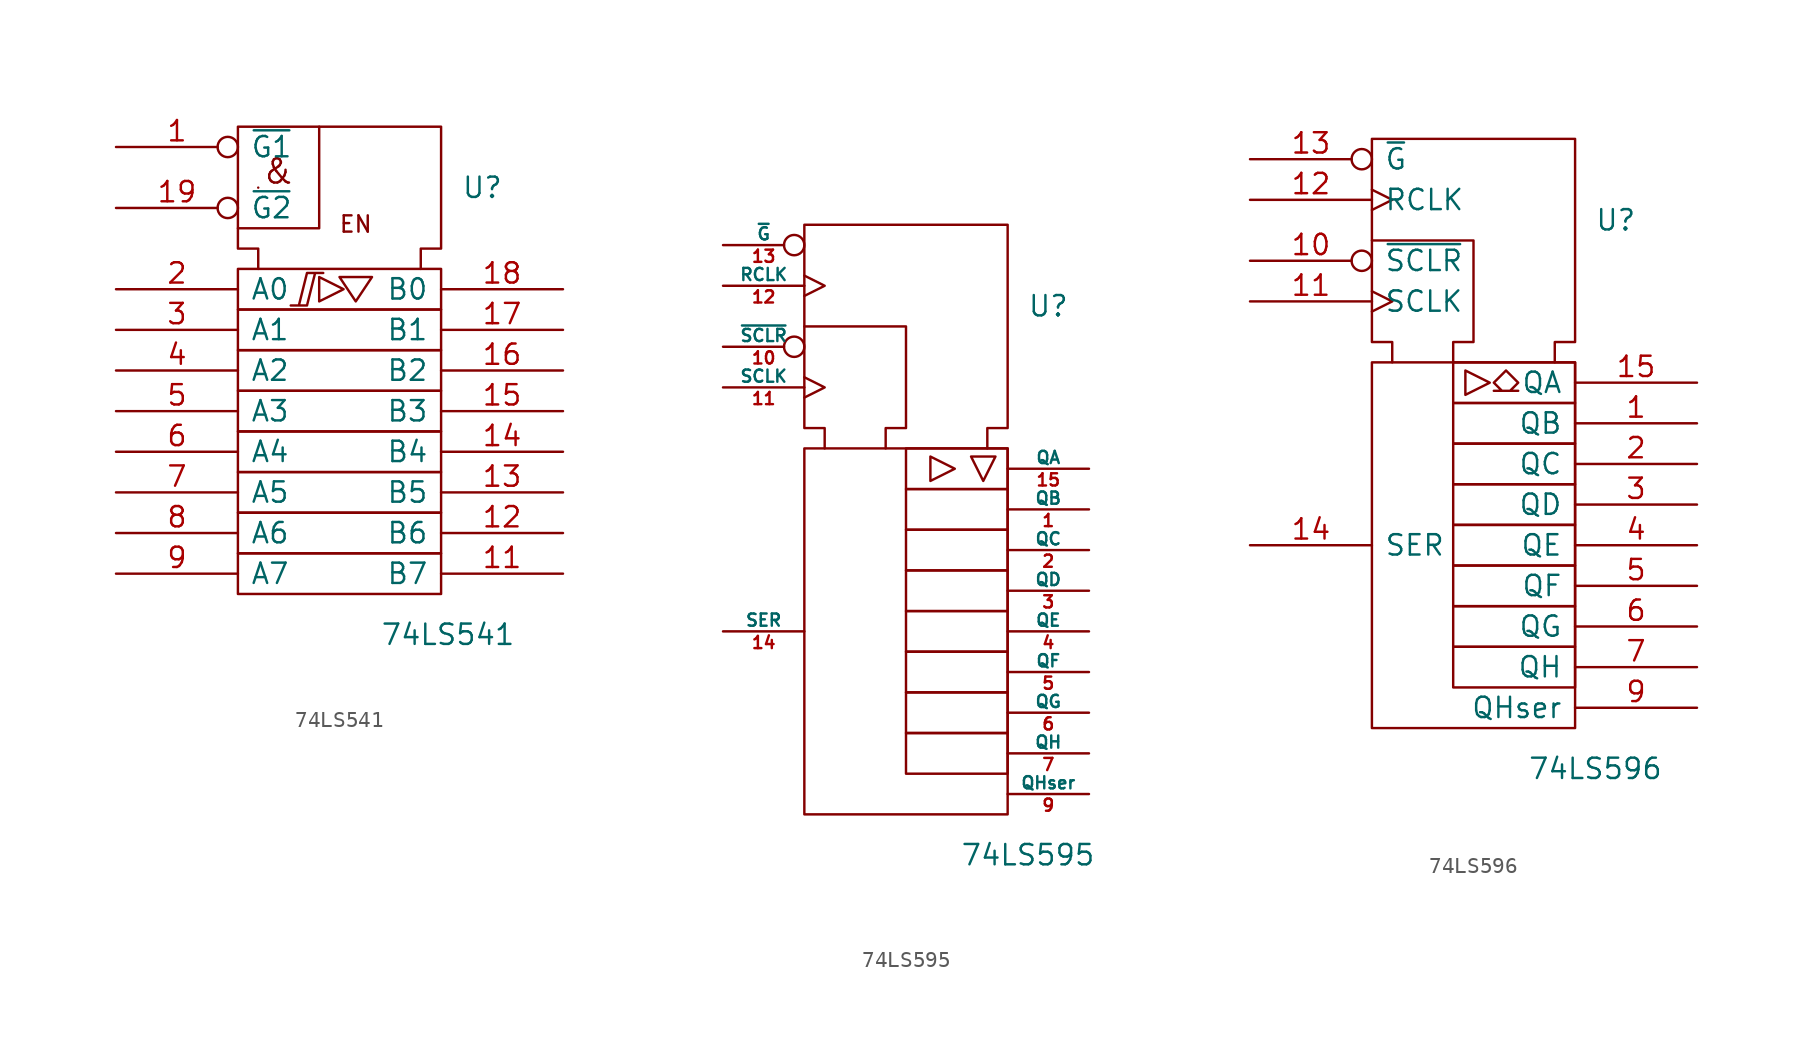
<source format=kicad_sym>
(kicad_symbol_lib
  (version 20231120)
  (generator "kicad_symbol_editor")
  (generator_version "8.0")
  (symbol "74LS541"
    (pin_names
      (offset 0.762))
    (property "Reference" "U"
      (at 7.62 12.7 0)
      (effects (font (size 1.27 1.27)) (justify left)))
    (property "Value" "74LS541"
      (at 2.54 -15.24 0)
      (effects (font (size 1.27 1.27)) (justify left)))
    (symbol "74LS541_0_0"
      (polyline (pts (xy -5.08 12.7) (xy -5.08 12.7) (xy -5.08 12.7)) (stroke (width 0) (type default)) (fill (type none)))
      (polyline (pts (xy -1.27 16.51) (xy -1.27 10.16) (xy -6.35 10.16) (xy -6.35 10.16)) (stroke (width 0) (type default)) (fill (type none)))
      (polyline (pts (xy -1.27 7.112) (xy -1.27 5.588) (xy 0.254 6.35) (xy -1.27 7.112) (xy -1.27 7.112)) (stroke (width 0) (type default)) (fill (type none)))
      (polyline (pts (xy 0 7.112) (xy 2.032 7.112) (xy 1.016 5.588) (xy 0 7.112) (xy 0 7.112)) (stroke (width 0) (type default)) (fill (type none)))
      (polyline (pts (xy -3.048 5.334) (xy -2.032 5.334) (xy -1.524 7.366) (xy -1.016 7.366) (xy -2.032 7.366) (xy -2.54 5.334) (xy -2.54 5.334)) (stroke (width 0) (type default)) (fill (type none)))
      (text "&" (at -3.81 13.716 0) (effects (font (size 1.524 1.524))))
      (text "EN" (at 1.016 10.414 0) (effects (font (size 1.016 1.016))))
      (pin power_in line (at 1.27 16.51 270) (length 0) hide (name "GND" (effects (font (size 1.27 1.27)))) (number "10" (effects (font (size 1.27 1.27)))))
      (pin power_in line (at 5.08 16.51 270) (length 0) hide (name "VCC" (effects (font (size 1.27 1.27)))) (number "20" (effects (font (size 1.27 1.27))))))
    (symbol "74LS541_0_1"
      (rectangle (start -6.35 -10.16) (end 6.35 -12.7) (stroke (width 0) (type default)) (fill (type none)))
      (rectangle (start -6.35 -7.62) (end 6.35 -10.16) (stroke (width 0) (type default)) (fill (type none)))
      (rectangle (start -6.35 -5.08) (end 6.35 -7.62) (stroke (width 0) (type default)) (fill (type none)))
      (rectangle (start -6.35 -2.54) (end 6.35 -5.08) (stroke (width 0) (type default)) (fill (type none)))
      (rectangle (start -6.35 0) (end 6.35 -2.54) (stroke (width 0) (type default)) (fill (type none)))
      (rectangle (start -6.35 2.54) (end 6.35 0) (stroke (width 0) (type default)) (fill (type none)))
      (rectangle (start -6.35 5.08) (end 6.35 2.54) (stroke (width 0) (type default)) (fill (type none)))
      (rectangle (start -6.35 7.62) (end 6.35 5.08) (stroke (width 0) (type default)) (fill (type none)))
      (polyline (pts (xy -5.08 7.62) (xy -5.08 8.89) (xy -6.35 8.89) (xy -6.35 16.51) (xy 6.35 16.51) (xy 6.35 8.89) (xy 5.08 8.89) (xy 5.08 7.62) (xy 5.08 7.62)) (stroke (width 0) (type default)) (fill (type none))))
    (symbol "74LS541_1_1"
      (pin input inverted (at -13.97 15.24 0) (length 7.62) (name "~{G1}" (effects (font (size 1.27 1.27)))) (number "1" (effects (font (size 1.27 1.27)))))
      (pin tri_state line (at 13.97 -11.43 180) (length 7.62) (name "B7" (effects (font (size 1.27 1.27)))) (number "11" (effects (font (size 1.27 1.27)))))
      (pin tri_state line (at 13.97 -8.89 180) (length 7.62) (name "B6" (effects (font (size 1.27 1.27)))) (number "12" (effects (font (size 1.27 1.27)))))
      (pin tri_state line (at 13.97 -6.35 180) (length 7.62) (name "B5" (effects (font (size 1.27 1.27)))) (number "13" (effects (font (size 1.27 1.27)))))
      (pin tri_state line (at 13.97 -3.81 180) (length 7.62) (name "B4" (effects (font (size 1.27 1.27)))) (number "14" (effects (font (size 1.27 1.27)))))
      (pin tri_state line (at 13.97 -1.27 180) (length 7.62) (name "B3" (effects (font (size 1.27 1.27)))) (number "15" (effects (font (size 1.27 1.27)))))
      (pin tri_state line (at 13.97 1.27 180) (length 7.62) (name "B2" (effects (font (size 1.27 1.27)))) (number "16" (effects (font (size 1.27 1.27)))))
      (pin tri_state line (at 13.97 3.81 180) (length 7.62) (name "B1" (effects (font (size 1.27 1.27)))) (number "17" (effects (font (size 1.27 1.27)))))
      (pin tri_state line (at 13.97 6.35 180) (length 7.62) (name "B0" (effects (font (size 1.27 1.27)))) (number "18" (effects (font (size 1.27 1.27)))))
      (pin input inverted (at -13.97 11.43 0) (length 7.62) (name "~{G2}" (effects (font (size 1.27 1.27)))) (number "19" (effects (font (size 1.27 1.27)))))
      (pin tri_state line (at -13.97 6.35 0) (length 7.62) (name "A0" (effects (font (size 1.27 1.27)))) (number "2" (effects (font (size 1.27 1.27)))))
      (pin tri_state line (at -13.97 3.81 0) (length 7.62) (name "A1" (effects (font (size 1.27 1.27)))) (number "3" (effects (font (size 1.27 1.27)))))
      (pin tri_state line (at -13.97 1.27 0) (length 7.62) (name "A2" (effects (font (size 1.27 1.27)))) (number "4" (effects (font (size 1.27 1.27)))))
      (pin tri_state line (at -13.97 -1.27 0) (length 7.62) (name "A3" (effects (font (size 1.27 1.27)))) (number "5" (effects (font (size 1.27 1.27)))))
      (pin tri_state line (at -13.97 -3.81 0) (length 7.62) (name "A4" (effects (font (size 1.27 1.27)))) (number "6" (effects (font (size 1.27 1.27)))))
      (pin tri_state line (at -13.97 -6.35 0) (length 7.62) (name "A5" (effects (font (size 1.27 1.27)))) (number "7" (effects (font (size 1.27 1.27)))))
      (pin tri_state line (at -13.97 -8.89 0) (length 7.62) (name "A6" (effects (font (size 1.27 1.27)))) (number "8" (effects (font (size 1.27 1.27)))))
      (pin tri_state line (at -13.97 -11.43 0) (length 7.62) (name "A7" (effects (font (size 1.27 1.27)))) (number "9" (effects (font (size 1.27 1.27)))))))
  (symbol "74LS595"
    (pin_names
      (offset 0))
    (property "Reference" "U"
      (at 8.89 10.16 0)
      (effects (font (size 1.27 1.27))))
    (property "Value" "74LS595"
      (at 7.62 -24.13 0)
      (effects (font (size 1.27 1.27))))
    (symbol "74LS595_0_0"
      (rectangle (start -6.35 1.27) (end 6.35 -21.59) (stroke (width 0) (type default)) (fill (type none)))
      (rectangle (start 0 -16.51) (end 6.35 -19.05) (stroke (width 0) (type default)) (fill (type none)))
      (rectangle (start 0 -13.97) (end 6.35 -16.51) (stroke (width 0) (type default)) (fill (type none)))
      (rectangle (start 0 -11.43) (end 6.35 -13.97) (stroke (width 0) (type default)) (fill (type none)))
      (rectangle (start 0 -8.89) (end 6.35 -11.43) (stroke (width 0) (type default)) (fill (type none)))
      (rectangle (start 0 -6.35) (end 6.35 -8.89) (stroke (width 0) (type default)) (fill (type none)))
      (rectangle (start 0 -3.81) (end 6.35 -6.35) (stroke (width 0) (type default)) (fill (type none)))
      (rectangle (start 0 -1.27) (end 6.35 -3.81) (stroke (width 0) (type default)) (fill (type none)))
      (polyline (pts (xy 1.524 0.762) (xy 1.524 -0.762) (xy 3.048 0) (xy 1.524 0.762) (xy 1.524 0.762)) (stroke (width 0) (type default)) (fill (type none)))
      (polyline (pts (xy 5.588 0.762) (xy 4.064 0.762) (xy 4.826 -0.762) (xy 5.588 0.762) (xy 5.588 0.762)) (stroke (width 0) (type default)) (fill (type none)))
      (polyline (pts (xy -6.35 8.89) (xy 0 8.89) (xy 0 2.54) (xy -1.27 2.54) (xy -1.27 1.27) (xy -1.27 1.27)) (stroke (width 0) (type default)) (fill (type none)))
      (polyline (pts (xy -5.08 1.27) (xy -5.08 2.54) (xy -6.35 2.54) (xy -6.35 15.24) (xy 6.35 15.24) (xy 6.35 2.54) (xy 5.08 2.54) (xy 5.08 1.27) (xy 5.08 1.27)) (stroke (width 0) (type default)) (fill (type none)))
      (rectangle (start 0 1.27) (end 6.35 -1.27) (stroke (width 0) (type default)) (fill (type none))))
    (symbol "74LS595_0_1"
      (pin power_in line (at 3.81 20.32 270) (length 5.08) hide (name "GND" (effects (font (size 0.762 0.762)))) (number "8" (effects (font (size 0.762 0.762))))))
    (symbol "74LS595_1_1"
      (pin tri_state line (at 11.43 -2.54 180) (length 5.08) (name "QB" (effects (font (size 0.762 0.762)))) (number "1" (effects (font (size 0.762 0.762)))))
      (pin input inverted (at -11.43 7.62 0) (length 5.08) (name "~{SCLR}" (effects (font (size 0.762 0.762)))) (number "10" (effects (font (size 0.762 0.762)))))
      (pin input clock (at -11.43 5.08 0) (length 5.08) (name "SCLK" (effects (font (size 0.762 0.762)))) (number "11" (effects (font (size 0.762 0.762)))))
      (pin input clock (at -11.43 11.43 0) (length 5.08) (name "RCLK" (effects (font (size 0.762 0.762)))) (number "12" (effects (font (size 0.762 0.762)))))
      (pin input inverted (at -11.43 13.97 0) (length 5.08) (name "~{G}" (effects (font (size 0.762 0.762)))) (number "13" (effects (font (size 0.762 0.762)))))
      (pin input line (at -11.43 -10.16 0) (length 5.08) (name "SER" (effects (font (size 0.762 0.762)))) (number "14" (effects (font (size 0.762 0.762)))))
      (pin tri_state line (at 11.43 0 180) (length 5.08) (name "QA" (effects (font (size 0.762 0.762)))) (number "15" (effects (font (size 0.762 0.762)))))
      (pin power_in line (at -3.81 20.32 270) (length 5.08) hide (name "VCC" (effects (font (size 0.762 0.762)))) (number "16" (effects (font (size 0.762 0.762)))))
      (pin tri_state line (at 11.43 -5.08 180) (length 5.08) (name "QC" (effects (font (size 0.762 0.762)))) (number "2" (effects (font (size 0.762 0.762)))))
      (pin tri_state line (at 11.43 -7.62 180) (length 5.08) (name "QD" (effects (font (size 0.762 0.762)))) (number "3" (effects (font (size 0.762 0.762)))))
      (pin tri_state line (at 11.43 -10.16 180) (length 5.08) (name "QE" (effects (font (size 0.762 0.762)))) (number "4" (effects (font (size 0.762 0.762)))))
      (pin tri_state line (at 11.43 -12.7 180) (length 5.08) (name "QF" (effects (font (size 0.762 0.762)))) (number "5" (effects (font (size 0.762 0.762)))))
      (pin tri_state line (at 11.43 -15.24 180) (length 5.08) (name "QG" (effects (font (size 0.762 0.762)))) (number "6" (effects (font (size 0.762 0.762)))))
      (pin tri_state line (at 11.43 -17.78 180) (length 5.08) (name "QH" (effects (font (size 0.762 0.762)))) (number "7" (effects (font (size 0.762 0.762)))))
      (pin output line (at 11.43 -20.32 180) (length 5.08) (name "QHser" (effects (font (size 0.762 0.762)))) (number "9" (effects (font (size 0.762 0.762)))))))
  (symbol "74LS596"
    (pin_names
      (offset 0.762))
    (property "Reference" "U"
      (at 8.89 10.16 0)
      (effects (font (size 1.27 1.27))))
    (property "Value" "74LS596"
      (at 7.62 -24.13 0)
      (effects (font (size 1.27 1.27))))
    (symbol "74LS596_0_0"
      (rectangle (start -6.35 1.27) (end 6.35 -21.59) (stroke (width 0) (type default)) (fill (type none)))
      (polyline (pts (xy -0.508 0.762) (xy -0.508 -0.762) (xy 1.016 0) (xy -0.508 0.762) (xy -0.508 0.762)) (stroke (width 0) (type default)) (fill (type none)))
      (polyline (pts (xy -6.35 8.89) (xy 0 8.89) (xy 0 2.54) (xy -1.27 2.54) (xy -1.27 1.27) (xy -1.27 1.27)) (stroke (width 0) (type default)) (fill (type none)))
      (polyline (pts (xy -5.08 1.27) (xy -5.08 2.54) (xy -6.35 2.54) (xy -6.35 15.24) (xy 6.35 15.24) (xy 6.35 2.54) (xy 5.08 2.54) (xy 5.08 1.27) (xy 5.08 1.27)) (stroke (width 0) (type default)) (fill (type none)))
      (polyline (pts (xy 2.032 0.762) (xy 2.794 0) (xy 2.286 -0.508) (xy 2.794 -0.508) (xy 1.27 -0.508) (xy 1.778 -0.508) (xy 1.27 0) (xy 2.032 0.762) (xy 2.032 0.762)) (stroke (width 0) (type default)) (fill (type none))))
    (symbol "74LS596_0_1"
      (rectangle (start -1.27 -16.51) (end 6.35 -19.05) (stroke (width 0) (type default)) (fill (type none)))
      (rectangle (start -1.27 -13.97) (end 6.35 -16.51) (stroke (width 0) (type default)) (fill (type none)))
      (rectangle (start -1.27 -11.43) (end 6.35 -13.97) (stroke (width 0) (type default)) (fill (type none)))
      (rectangle (start -1.27 -8.89) (end 6.35 -11.43) (stroke (width 0) (type default)) (fill (type none)))
      (rectangle (start -1.27 -6.35) (end 6.35 -8.89) (stroke (width 0) (type default)) (fill (type none)))
      (rectangle (start -1.27 -3.81) (end 6.35 -6.35) (stroke (width 0) (type default)) (fill (type none)))
      (rectangle (start -1.27 -1.27) (end 6.35 -3.81) (stroke (width 0) (type default)) (fill (type none)))
      (rectangle (start -1.27 1.27) (end 6.35 -1.27) (stroke (width 0) (type default)) (fill (type none)))
      (pin power_in line (at 0 15.24 270) (length 0) hide (name "GND" (effects (font (size 1.27 1.27)))) (number "8" (effects (font (size 1.27 1.27))))))
    (symbol "74LS596_1_1"
      (pin tri_state line (at 13.97 -2.54 180) (length 7.62) (name "QB" (effects (font (size 1.27 1.27)))) (number "1" (effects (font (size 1.27 1.27)))))
      (pin input inverted (at -13.97 7.62 0) (length 7.62) (name "~{SCLR}" (effects (font (size 1.27 1.27)))) (number "10" (effects (font (size 1.27 1.27)))))
      (pin input clock (at -13.97 5.08 0) (length 7.62) (name "SCLK" (effects (font (size 1.27 1.27)))) (number "11" (effects (font (size 1.27 1.27)))))
      (pin input clock (at -13.97 11.43 0) (length 7.62) (name "RCLK" (effects (font (size 1.27 1.27)))) (number "12" (effects (font (size 1.27 1.27)))))
      (pin input inverted (at -13.97 13.97 0) (length 7.62) (name "~{G}" (effects (font (size 1.27 1.27)))) (number "13" (effects (font (size 1.27 1.27)))))
      (pin input line (at -13.97 -10.16 0) (length 7.62) (name "SER" (effects (font (size 1.27 1.27)))) (number "14" (effects (font (size 1.27 1.27)))))
      (pin tri_state line (at 13.97 0 180) (length 7.62) (name "QA" (effects (font (size 1.27 1.27)))) (number "15" (effects (font (size 1.27 1.27)))))
      (pin power_in line (at 3.81 15.24 270) (length 0) hide (name "VCC" (effects (font (size 1.27 1.27)))) (number "16" (effects (font (size 1.27 1.27)))))
      (pin tri_state line (at 13.97 -5.08 180) (length 7.62) (name "QC" (effects (font (size 1.27 1.27)))) (number "2" (effects (font (size 1.27 1.27)))))
      (pin tri_state line (at 13.97 -7.62 180) (length 7.62) (name "QD" (effects (font (size 1.27 1.27)))) (number "3" (effects (font (size 1.27 1.27)))))
      (pin tri_state line (at 13.97 -10.16 180) (length 7.62) (name "QE" (effects (font (size 1.27 1.27)))) (number "4" (effects (font (size 1.27 1.27)))))
      (pin tri_state line (at 13.97 -12.7 180) (length 7.62) (name "QF" (effects (font (size 1.27 1.27)))) (number "5" (effects (font (size 1.27 1.27)))))
      (pin tri_state line (at 13.97 -15.24 180) (length 7.62) (name "QG" (effects (font (size 1.27 1.27)))) (number "6" (effects (font (size 1.27 1.27)))))
      (pin tri_state line (at 13.97 -17.78 180) (length 7.62) (name "QH" (effects (font (size 1.27 1.27)))) (number "7" (effects (font (size 1.27 1.27)))))
      (pin output line (at 13.97 -20.32 180) (length 7.62) (name "QHser" (effects (font (size 1.27 1.27)))) (number "9" (effects (font (size 1.27 1.27))))))))
</source>
